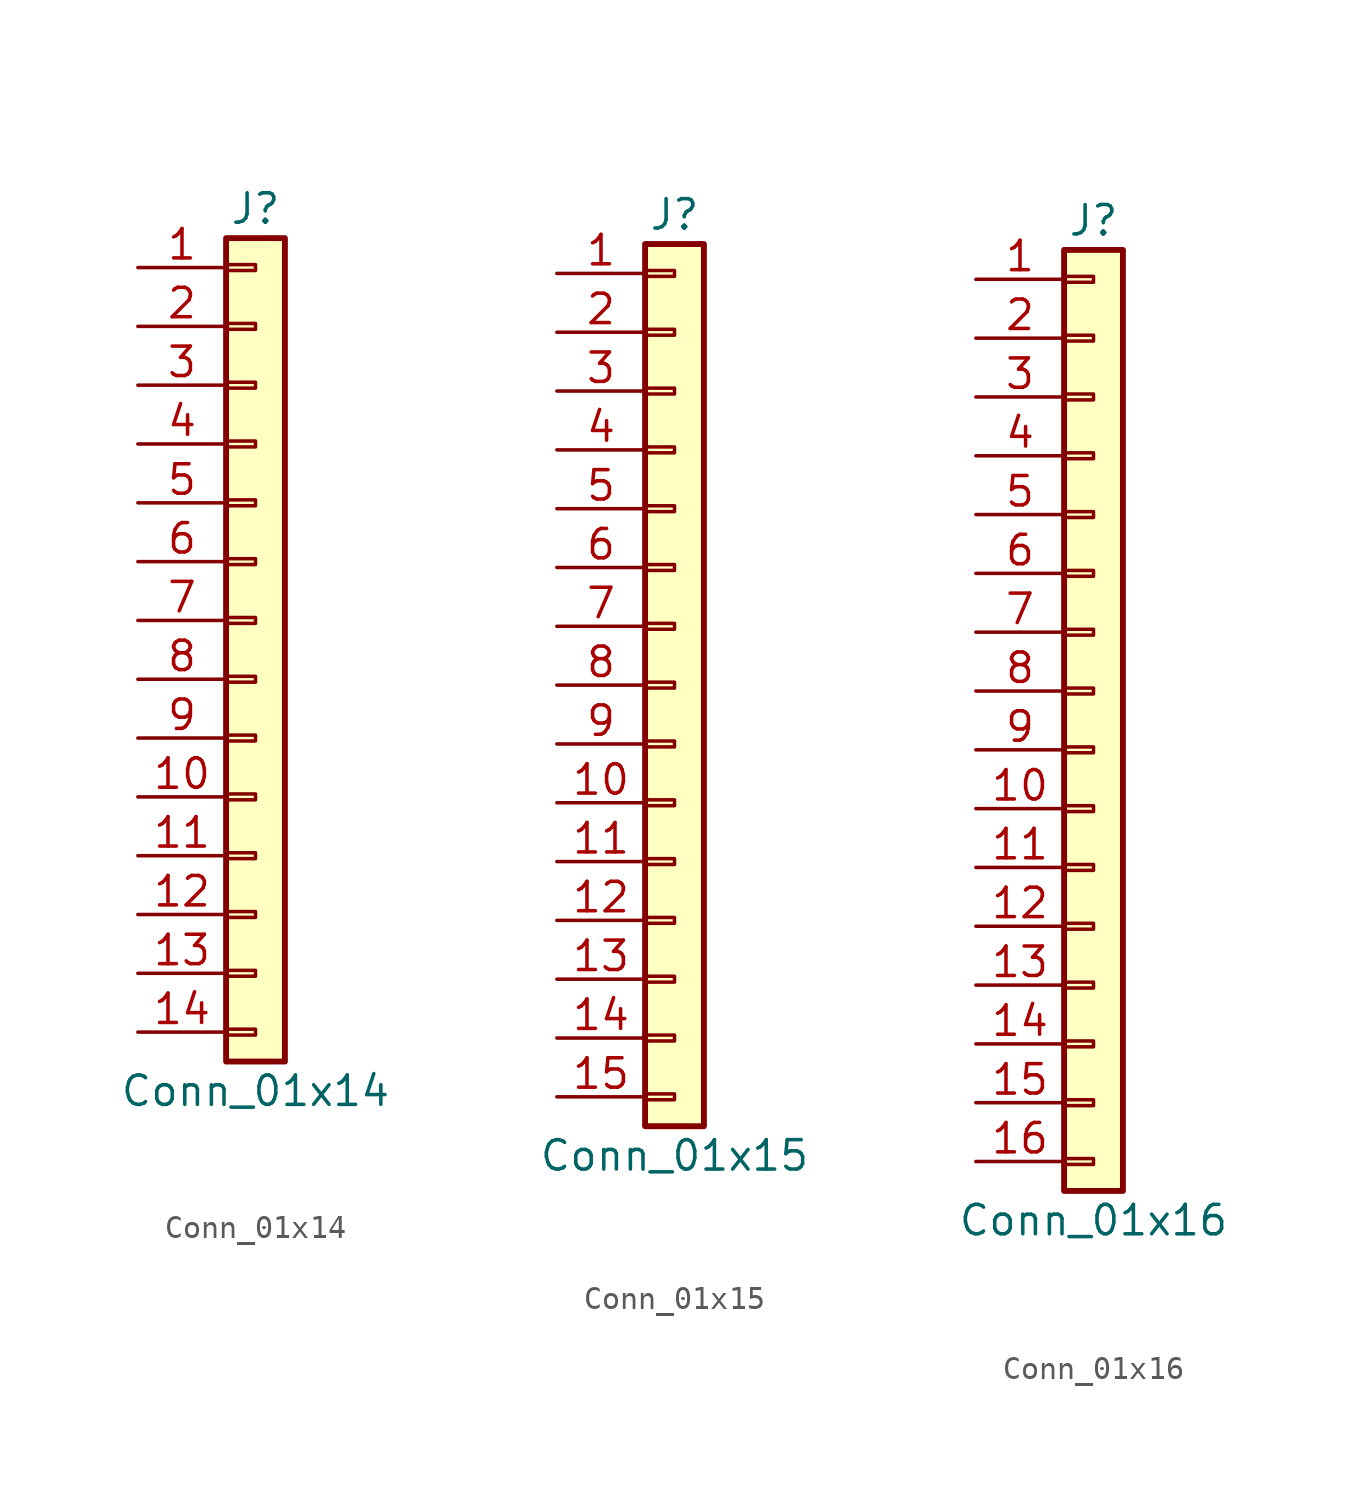
<source format=kicad_sym>
(kicad_symbol_lib
  (version 20201005)
  (generator kicad_symbol_editor)
  (symbol "Connector_Generic:Conn_01x14"
    (pin_names
      (offset 1.016) hide)
    (property "Reference" "J"
      (at 0 17.78 0)
      (effects (font (size 1.27 1.27))))
    (property "Value" "Conn_01x14"
      (at 0 -20.32 0)
      (effects (font (size 1.27 1.27))))
    (symbol "Conn_01x14_1_1"
      (rectangle (start -1.27 -4.953) (end 0 -5.207) (stroke (width 0.152)) (fill (type none)))
      (rectangle (start -1.27 -7.493) (end 0 -7.747) (stroke (width 0.152)) (fill (type none)))
      (rectangle (start -1.27 -10.033) (end 0 -10.287) (stroke (width 0.152)) (fill (type none)))
      (rectangle (start -1.27 -12.573) (end 0 -12.827) (stroke (width 0.152)) (fill (type none)))
      (rectangle (start -1.27 -15.113) (end 0 -15.367) (stroke (width 0.152)) (fill (type none)))
      (rectangle (start -1.27 -17.653) (end 0 -17.907) (stroke (width 0.152)) (fill (type none)))
      (rectangle (start -1.27 -2.413) (end 0 -2.667) (stroke (width 0.152)) (fill (type none)))
      (rectangle (start -1.27 2.667) (end 0 2.413) (stroke (width 0.152)) (fill (type none)))
      (rectangle (start -1.27 5.207) (end 0 4.953) (stroke (width 0.152)) (fill (type none)))
      (rectangle (start -1.27 7.747) (end 0 7.493) (stroke (width 0.152)) (fill (type none)))
      (rectangle (start -1.27 10.287) (end 0 10.033) (stroke (width 0.152)) (fill (type none)))
      (rectangle (start -1.27 0.127) (end 0 -0.127) (stroke (width 0.152)) (fill (type none)))
      (rectangle (start -1.27 12.827) (end 0 12.573) (stroke (width 0.152)) (fill (type none)))
      (rectangle (start -1.27 15.367) (end 0 15.113) (stroke (width 0.152)) (fill (type none)))
      (rectangle (start -1.27 16.51) (end 1.27 -19.05) (stroke (width 0.254)) (fill (type background)))
      (pin passive line (at -5.08 15.24 0) (length 3.81) (name "Pin_1" (effects (font (size 1.27 1.27)))) (number "1" (effects (font (size 1.27 1.27)))))
      (pin passive line (at -5.08 -7.62 0) (length 3.81) (name "Pin_10" (effects (font (size 1.27 1.27)))) (number "10" (effects (font (size 1.27 1.27)))))
      (pin passive line (at -5.08 -10.16 0) (length 3.81) (name "Pin_11" (effects (font (size 1.27 1.27)))) (number "11" (effects (font (size 1.27 1.27)))))
      (pin passive line (at -5.08 -12.7 0) (length 3.81) (name "Pin_12" (effects (font (size 1.27 1.27)))) (number "12" (effects (font (size 1.27 1.27)))))
      (pin passive line (at -5.08 -15.24 0) (length 3.81) (name "Pin_13" (effects (font (size 1.27 1.27)))) (number "13" (effects (font (size 1.27 1.27)))))
      (pin passive line (at -5.08 -17.78 0) (length 3.81) (name "Pin_14" (effects (font (size 1.27 1.27)))) (number "14" (effects (font (size 1.27 1.27)))))
      (pin passive line (at -5.08 12.7 0) (length 3.81) (name "Pin_2" (effects (font (size 1.27 1.27)))) (number "2" (effects (font (size 1.27 1.27)))))
      (pin passive line (at -5.08 10.16 0) (length 3.81) (name "Pin_3" (effects (font (size 1.27 1.27)))) (number "3" (effects (font (size 1.27 1.27)))))
      (pin passive line (at -5.08 7.62 0) (length 3.81) (name "Pin_4" (effects (font (size 1.27 1.27)))) (number "4" (effects (font (size 1.27 1.27)))))
      (pin passive line (at -5.08 5.08 0) (length 3.81) (name "Pin_5" (effects (font (size 1.27 1.27)))) (number "5" (effects (font (size 1.27 1.27)))))
      (pin passive line (at -5.08 2.54 0) (length 3.81) (name "Pin_6" (effects (font (size 1.27 1.27)))) (number "6" (effects (font (size 1.27 1.27)))))
      (pin passive line (at -5.08 0 0) (length 3.81) (name "Pin_7" (effects (font (size 1.27 1.27)))) (number "7" (effects (font (size 1.27 1.27)))))
      (pin passive line (at -5.08 -2.54 0) (length 3.81) (name "Pin_8" (effects (font (size 1.27 1.27)))) (number "8" (effects (font (size 1.27 1.27)))))
      (pin passive line (at -5.08 -5.08 0) (length 3.81) (name "Pin_9" (effects (font (size 1.27 1.27)))) (number "9" (effects (font (size 1.27 1.27)))))))
  (symbol "Connector_Generic:Conn_01x15"
    (pin_names
      (offset 1.016) hide)
    (property "Reference" "J"
      (at 0 20.32 0)
      (effects (font (size 1.27 1.27))))
    (property "Value" "Conn_01x15"
      (at 0 -20.32 0)
      (effects (font (size 1.27 1.27))))
    (symbol "Conn_01x15_1_1"
      (rectangle (start -1.27 -4.953) (end 0 -5.207) (stroke (width 0.152)) (fill (type none)))
      (rectangle (start -1.27 -7.493) (end 0 -7.747) (stroke (width 0.152)) (fill (type none)))
      (rectangle (start -1.27 -10.033) (end 0 -10.287) (stroke (width 0.152)) (fill (type none)))
      (rectangle (start -1.27 -12.573) (end 0 -12.827) (stroke (width 0.152)) (fill (type none)))
      (rectangle (start -1.27 -15.113) (end 0 -15.367) (stroke (width 0.152)) (fill (type none)))
      (rectangle (start -1.27 -17.653) (end 0 -17.907) (stroke (width 0.152)) (fill (type none)))
      (rectangle (start -1.27 -2.413) (end 0 -2.667) (stroke (width 0.152)) (fill (type none)))
      (rectangle (start -1.27 2.667) (end 0 2.413) (stroke (width 0.152)) (fill (type none)))
      (rectangle (start -1.27 5.207) (end 0 4.953) (stroke (width 0.152)) (fill (type none)))
      (rectangle (start -1.27 7.747) (end 0 7.493) (stroke (width 0.152)) (fill (type none)))
      (rectangle (start -1.27 10.287) (end 0 10.033) (stroke (width 0.152)) (fill (type none)))
      (rectangle (start -1.27 0.127) (end 0 -0.127) (stroke (width 0.152)) (fill (type none)))
      (rectangle (start -1.27 12.827) (end 0 12.573) (stroke (width 0.152)) (fill (type none)))
      (rectangle (start -1.27 15.367) (end 0 15.113) (stroke (width 0.152)) (fill (type none)))
      (rectangle (start -1.27 17.907) (end 0 17.653) (stroke (width 0.152)) (fill (type none)))
      (rectangle (start -1.27 19.05) (end 1.27 -19.05) (stroke (width 0.254)) (fill (type background)))
      (pin passive line (at -5.08 17.78 0) (length 3.81) (name "Pin_1" (effects (font (size 1.27 1.27)))) (number "1" (effects (font (size 1.27 1.27)))))
      (pin passive line (at -5.08 -5.08 0) (length 3.81) (name "Pin_10" (effects (font (size 1.27 1.27)))) (number "10" (effects (font (size 1.27 1.27)))))
      (pin passive line (at -5.08 -7.62 0) (length 3.81) (name "Pin_11" (effects (font (size 1.27 1.27)))) (number "11" (effects (font (size 1.27 1.27)))))
      (pin passive line (at -5.08 -10.16 0) (length 3.81) (name "Pin_12" (effects (font (size 1.27 1.27)))) (number "12" (effects (font (size 1.27 1.27)))))
      (pin passive line (at -5.08 -12.7 0) (length 3.81) (name "Pin_13" (effects (font (size 1.27 1.27)))) (number "13" (effects (font (size 1.27 1.27)))))
      (pin passive line (at -5.08 -15.24 0) (length 3.81) (name "Pin_14" (effects (font (size 1.27 1.27)))) (number "14" (effects (font (size 1.27 1.27)))))
      (pin passive line (at -5.08 -17.78 0) (length 3.81) (name "Pin_15" (effects (font (size 1.27 1.27)))) (number "15" (effects (font (size 1.27 1.27)))))
      (pin passive line (at -5.08 15.24 0) (length 3.81) (name "Pin_2" (effects (font (size 1.27 1.27)))) (number "2" (effects (font (size 1.27 1.27)))))
      (pin passive line (at -5.08 12.7 0) (length 3.81) (name "Pin_3" (effects (font (size 1.27 1.27)))) (number "3" (effects (font (size 1.27 1.27)))))
      (pin passive line (at -5.08 10.16 0) (length 3.81) (name "Pin_4" (effects (font (size 1.27 1.27)))) (number "4" (effects (font (size 1.27 1.27)))))
      (pin passive line (at -5.08 7.62 0) (length 3.81) (name "Pin_5" (effects (font (size 1.27 1.27)))) (number "5" (effects (font (size 1.27 1.27)))))
      (pin passive line (at -5.08 5.08 0) (length 3.81) (name "Pin_6" (effects (font (size 1.27 1.27)))) (number "6" (effects (font (size 1.27 1.27)))))
      (pin passive line (at -5.08 2.54 0) (length 3.81) (name "Pin_7" (effects (font (size 1.27 1.27)))) (number "7" (effects (font (size 1.27 1.27)))))
      (pin passive line (at -5.08 0 0) (length 3.81) (name "Pin_8" (effects (font (size 1.27 1.27)))) (number "8" (effects (font (size 1.27 1.27)))))
      (pin passive line (at -5.08 -2.54 0) (length 3.81) (name "Pin_9" (effects (font (size 1.27 1.27)))) (number "9" (effects (font (size 1.27 1.27)))))))
  (symbol "Connector_Generic:Conn_01x16"
    (pin_names
      (offset 1.016) hide)
    (property "Reference" "J"
      (at 0 20.32 0)
      (effects (font (size 1.27 1.27))))
    (property "Value" "Conn_01x16"
      (at 0 -22.86 0)
      (effects (font (size 1.27 1.27))))
    (symbol "Conn_01x16_1_1"
      (rectangle (start -1.27 -4.953) (end 0 -5.207) (stroke (width 0.152)) (fill (type none)))
      (rectangle (start -1.27 -7.493) (end 0 -7.747) (stroke (width 0.152)) (fill (type none)))
      (rectangle (start -1.27 -10.033) (end 0 -10.287) (stroke (width 0.152)) (fill (type none)))
      (rectangle (start -1.27 -12.573) (end 0 -12.827) (stroke (width 0.152)) (fill (type none)))
      (rectangle (start -1.27 -15.113) (end 0 -15.367) (stroke (width 0.152)) (fill (type none)))
      (rectangle (start -1.27 -17.653) (end 0 -17.907) (stroke (width 0.152)) (fill (type none)))
      (rectangle (start -1.27 -20.193) (end 0 -20.447) (stroke (width 0.152)) (fill (type none)))
      (rectangle (start -1.27 -2.413) (end 0 -2.667) (stroke (width 0.152)) (fill (type none)))
      (rectangle (start -1.27 2.667) (end 0 2.413) (stroke (width 0.152)) (fill (type none)))
      (rectangle (start -1.27 5.207) (end 0 4.953) (stroke (width 0.152)) (fill (type none)))
      (rectangle (start -1.27 7.747) (end 0 7.493) (stroke (width 0.152)) (fill (type none)))
      (rectangle (start -1.27 10.287) (end 0 10.033) (stroke (width 0.152)) (fill (type none)))
      (rectangle (start -1.27 0.127) (end 0 -0.127) (stroke (width 0.152)) (fill (type none)))
      (rectangle (start -1.27 12.827) (end 0 12.573) (stroke (width 0.152)) (fill (type none)))
      (rectangle (start -1.27 15.367) (end 0 15.113) (stroke (width 0.152)) (fill (type none)))
      (rectangle (start -1.27 17.907) (end 0 17.653) (stroke (width 0.152)) (fill (type none)))
      (rectangle (start -1.27 19.05) (end 1.27 -21.59) (stroke (width 0.254)) (fill (type background)))
      (pin passive line (at -5.08 17.78 0) (length 3.81) (name "Pin_1" (effects (font (size 1.27 1.27)))) (number "1" (effects (font (size 1.27 1.27)))))
      (pin passive line (at -5.08 -5.08 0) (length 3.81) (name "Pin_10" (effects (font (size 1.27 1.27)))) (number "10" (effects (font (size 1.27 1.27)))))
      (pin passive line (at -5.08 -7.62 0) (length 3.81) (name "Pin_11" (effects (font (size 1.27 1.27)))) (number "11" (effects (font (size 1.27 1.27)))))
      (pin passive line (at -5.08 -10.16 0) (length 3.81) (name "Pin_12" (effects (font (size 1.27 1.27)))) (number "12" (effects (font (size 1.27 1.27)))))
      (pin passive line (at -5.08 -12.7 0) (length 3.81) (name "Pin_13" (effects (font (size 1.27 1.27)))) (number "13" (effects (font (size 1.27 1.27)))))
      (pin passive line (at -5.08 -15.24 0) (length 3.81) (name "Pin_14" (effects (font (size 1.27 1.27)))) (number "14" (effects (font (size 1.27 1.27)))))
      (pin passive line (at -5.08 -17.78 0) (length 3.81) (name "Pin_15" (effects (font (size 1.27 1.27)))) (number "15" (effects (font (size 1.27 1.27)))))
      (pin passive line (at -5.08 -20.32 0) (length 3.81) (name "Pin_16" (effects (font (size 1.27 1.27)))) (number "16" (effects (font (size 1.27 1.27)))))
      (pin passive line (at -5.08 15.24 0) (length 3.81) (name "Pin_2" (effects (font (size 1.27 1.27)))) (number "2" (effects (font (size 1.27 1.27)))))
      (pin passive line (at -5.08 12.7 0) (length 3.81) (name "Pin_3" (effects (font (size 1.27 1.27)))) (number "3" (effects (font (size 1.27 1.27)))))
      (pin passive line (at -5.08 10.16 0) (length 3.81) (name "Pin_4" (effects (font (size 1.27 1.27)))) (number "4" (effects (font (size 1.27 1.27)))))
      (pin passive line (at -5.08 7.62 0) (length 3.81) (name "Pin_5" (effects (font (size 1.27 1.27)))) (number "5" (effects (font (size 1.27 1.27)))))
      (pin passive line (at -5.08 5.08 0) (length 3.81) (name "Pin_6" (effects (font (size 1.27 1.27)))) (number "6" (effects (font (size 1.27 1.27)))))
      (pin passive line (at -5.08 2.54 0) (length 3.81) (name "Pin_7" (effects (font (size 1.27 1.27)))) (number "7" (effects (font (size 1.27 1.27)))))
      (pin passive line (at -5.08 0 0) (length 3.81) (name "Pin_8" (effects (font (size 1.27 1.27)))) (number "8" (effects (font (size 1.27 1.27)))))
      (pin passive line (at -5.08 -2.54 0) (length 3.81) (name "Pin_9" (effects (font (size 1.27 1.27)))) (number "9" (effects (font (size 1.27 1.27))))))))
</source>
